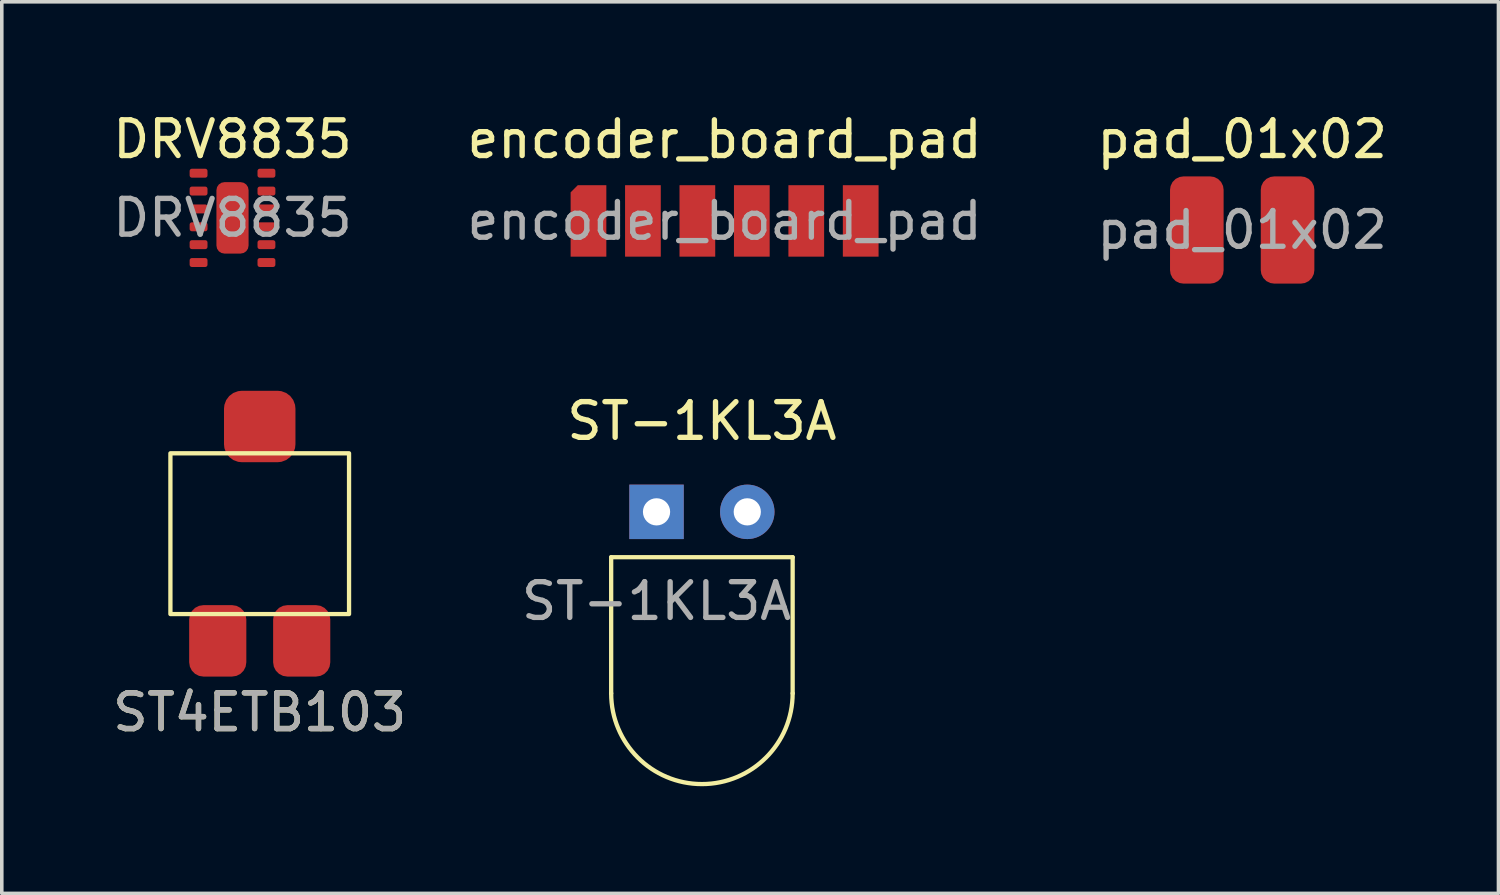
<source format=kicad_pcb>
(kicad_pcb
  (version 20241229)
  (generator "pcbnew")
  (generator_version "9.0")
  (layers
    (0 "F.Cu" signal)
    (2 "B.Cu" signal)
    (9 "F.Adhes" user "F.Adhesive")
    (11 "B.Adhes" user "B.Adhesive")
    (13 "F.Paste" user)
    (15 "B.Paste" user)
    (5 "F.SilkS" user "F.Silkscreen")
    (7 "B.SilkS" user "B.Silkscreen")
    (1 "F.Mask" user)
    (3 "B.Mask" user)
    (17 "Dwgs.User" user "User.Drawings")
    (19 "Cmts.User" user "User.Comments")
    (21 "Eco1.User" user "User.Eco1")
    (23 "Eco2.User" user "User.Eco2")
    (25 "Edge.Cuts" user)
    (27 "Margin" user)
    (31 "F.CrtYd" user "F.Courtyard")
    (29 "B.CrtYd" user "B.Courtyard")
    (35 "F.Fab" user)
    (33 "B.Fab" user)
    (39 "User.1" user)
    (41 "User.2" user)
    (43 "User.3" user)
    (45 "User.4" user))
  (footprint "ST-1KL3A"
    (layer "F.Cu")
    (at 15.327 11.277)
    (property "Reference" "ST-1KL3A" (at 1.27 -2.54 0) (unlocked yes) (layer "F.SilkS") (effects (font (size 1 1) (thickness 0.15))))
    (attr through_hole)
    (fp_line (start -1.27 1.27) (end 3.81 1.27) (stroke (width 0.12) (type solid)) (layer "F.SilkS"))
    (fp_line (start -1.27 5.08) (end -1.27 1.27) (stroke (width 0.12) (type solid)) (layer "F.SilkS"))
    (fp_line (start 3.81 1.27) (end 3.81 5.08) (stroke (width 0.12) (type solid)) (layer "F.SilkS"))
    (fp_arc (start 3.81 5.08) (mid 1.27 7.62) (end -1.27 5.08) (stroke (width 0.12) (type solid)) (layer "F.SilkS"))
    (fp_text user "${REFERENCE}" (at 0 2.5 0) (unlocked yes) (layer "F.Fab") (effects (font (size 1 1) (thickness 0.15))))
    (pad "1" thru_hole rect (at 0 0) (size 1.524 1.524) (drill 0.762) (layers "*.Cu" "*.Mask"))
    (pad "2" thru_hole circle (at 2.54 0) (size 1.524 1.524) (drill 0.762) (layers "*.Cu" "*.Mask")))
  (footprint "pad_01x02"
    (layer "F.Cu")
    (at 31.72 3.388)
    (property "Reference" "pad_01x02" (at 0 -2.54 0) (unlocked yes) (layer "F.SilkS") (effects (font (size 1 1) (thickness 0.15))))
    (attr smd)
    (fp_text user "${REFERENCE}" (at 0 0 0) (unlocked yes) (layer "F.Fab") (effects (font (size 1 1) (thickness 0.15))))
    (pad "1" smd roundrect (at -1.27 0) (size 1.5 3) (layers "F.Cu" "F.Mask" "F.Paste") (roundrect_rratio 0.25))
    (pad "2" smd roundrect (at 1.27 0) (size 1.5 3) (layers "F.Cu" "F.Mask" "F.Paste") (roundrect_rratio 0.25)))
  (footprint "ST4ETB103"
    (layer "F.Cu")
    (at 4.22 11.888)
    (property "Reference" "ST4ETB103" (at 0 5 0) (unlocked yes) (layer "F.SilkS") (effects (font (size 1 1) (thickness 0.15))))
    (attr smd)
    (fp_rect (start -2.5 -2.25) (end 2.5 2.25) (stroke (width 0.12) (type solid)) (fill no) (layer "F.SilkS"))
    (fp_text user "${REFERENCE}" (at 0 5 0) (unlocked yes) (layer "F.Fab") (effects (font (size 1 1) (thickness 0.15))))
    (pad "1" smd roundrect (at 1.175 3) (size 1.6 2) (layers "F.Cu" "F.Mask" "F.Paste") (roundrect_rratio 0.25))
    (pad "2" smd roundrect (at 0 -3) (size 2 2) (layers "F.Cu" "F.Mask" "F.Paste") (roundrect_rratio 0.25))
    (pad "3" smd roundrect (at -1.175 3) (size 1.6 2) (layers "F.Cu" "F.Mask" "F.Paste") (roundrect_rratio 0.25)))
  (footprint "DRV8835"
    (layer "F.Cu")
    (at 3.458 3.048)
    (property "Reference" "DRV8835" (at 0 -2.2 0) (unlocked yes) (layer "F.SilkS") (effects (font (size 1 1) (thickness 0.15))))
    (attr smd)
    (fp_text user "${REFERENCE}" (at 0 0 0) (unlocked yes) (layer "F.Fab") (effects (font (size 1 1) (thickness 0.15))))
    (pad "1" smd roundrect (at -0.95 -1.25) (size 0.5 0.25) (layers "F.Cu" "F.Mask" "F.Paste") (roundrect_rratio 0.25))
    (pad "2" smd roundrect (at -0.95 -0.75) (size 0.5 0.25) (layers "F.Cu" "F.Mask" "F.Paste") (roundrect_rratio 0.25))
    (pad "3" smd roundrect (at -0.95 -0.25) (size 0.5 0.25) (layers "F.Cu" "F.Mask" "F.Paste") (roundrect_rratio 0.25))
    (pad "4" smd roundrect (at -0.95 0.25) (size 0.5 0.25) (layers "F.Cu" "F.Mask" "F.Paste") (roundrect_rratio 0.25))
    (pad "5" smd roundrect (at -0.95 0.75) (size 0.5 0.25) (layers "F.Cu" "F.Mask" "F.Paste") (roundrect_rratio 0.25))
    (pad "6" smd roundrect (at -0.95 1.25) (size 0.5 0.25) (layers "F.Cu" "F.Mask" "F.Paste") (roundrect_rratio 0.25))
    (pad "7" smd roundrect (at 0.95 1.25) (size 0.5 0.25) (layers "F.Cu" "F.Mask" "F.Paste") (roundrect_rratio 0.25))
    (pad "8" smd roundrect (at 0.95 0.75) (size 0.5 0.25) (layers "F.Cu" "F.Mask" "F.Paste") (roundrect_rratio 0.25))
    (pad "9" smd roundrect (at 0.95 0.25) (size 0.5 0.25) (layers "F.Cu" "F.Mask" "F.Paste") (roundrect_rratio 0.25))
    (pad "10" smd roundrect (at 0.95 -0.25) (size 0.5 0.25) (layers "F.Cu" "F.Mask" "F.Paste") (roundrect_rratio 0.25))
    (pad "11" smd roundrect (at 0.95 -0.75) (size 0.5 0.25) (layers "F.Cu" "F.Mask" "F.Paste") (roundrect_rratio 0.25))
    (pad "12" smd roundrect (at 0.95 -1.25) (size 0.5 0.25) (layers "F.Cu" "F.Mask" "F.Paste") (roundrect_rratio 0.25))
    (pad "13" smd roundrect (at 0 0) (size 0.9 2) (layers "F.Cu" "F.Mask" "F.Paste") (roundrect_rratio 0.25)))
  (footprint "encoder_board_pad"
    (layer "F.Cu")
    (at 17.232 3.134)
    (property "Reference" "encoder_board_pad" (at 0 -2.286 0) (unlocked yes) (layer "F.SilkS") (effects (font (size 1 1) (thickness 0.15))))
    (attr smd)
    (fp_text user "${REFERENCE}" (at 0 0 0) (unlocked yes) (layer "F.Fab") (effects (font (size 1 1) (thickness 0.15))))
    (pad "1" smd roundrect (at -3.81 0) (size 1 2) (layers "F.Cu" "F.Mask" "F.Paste") (roundrect_rratio 0) (chamfer_ratio 0.2) (chamfer top_left))
    (pad "2" smd rect (at -2.286 0) (size 1 2) (layers "F.Cu" "F.Mask" "F.Paste"))
    (pad "3" smd rect (at -0.762 0) (size 1 2) (layers "F.Cu" "F.Mask" "F.Paste"))
    (pad "4" smd rect (at 0.762 0) (size 1 2) (layers "F.Cu" "F.Mask" "F.Paste"))
    (pad "5" smd rect (at 2.286 0) (size 1 2) (layers "F.Cu" "F.Mask" "F.Paste"))
    (pad "6" smd rect (at 3.81 0) (size 1 2) (layers "F.Cu" "F.Mask" "F.Paste")))
  (gr_rect
    (start -3 -3)
    (end 38.893 21.956)
    (stroke (width 0.1) (type default))
    (fill no)
    (layer "Edge.Cuts")))
</source>
